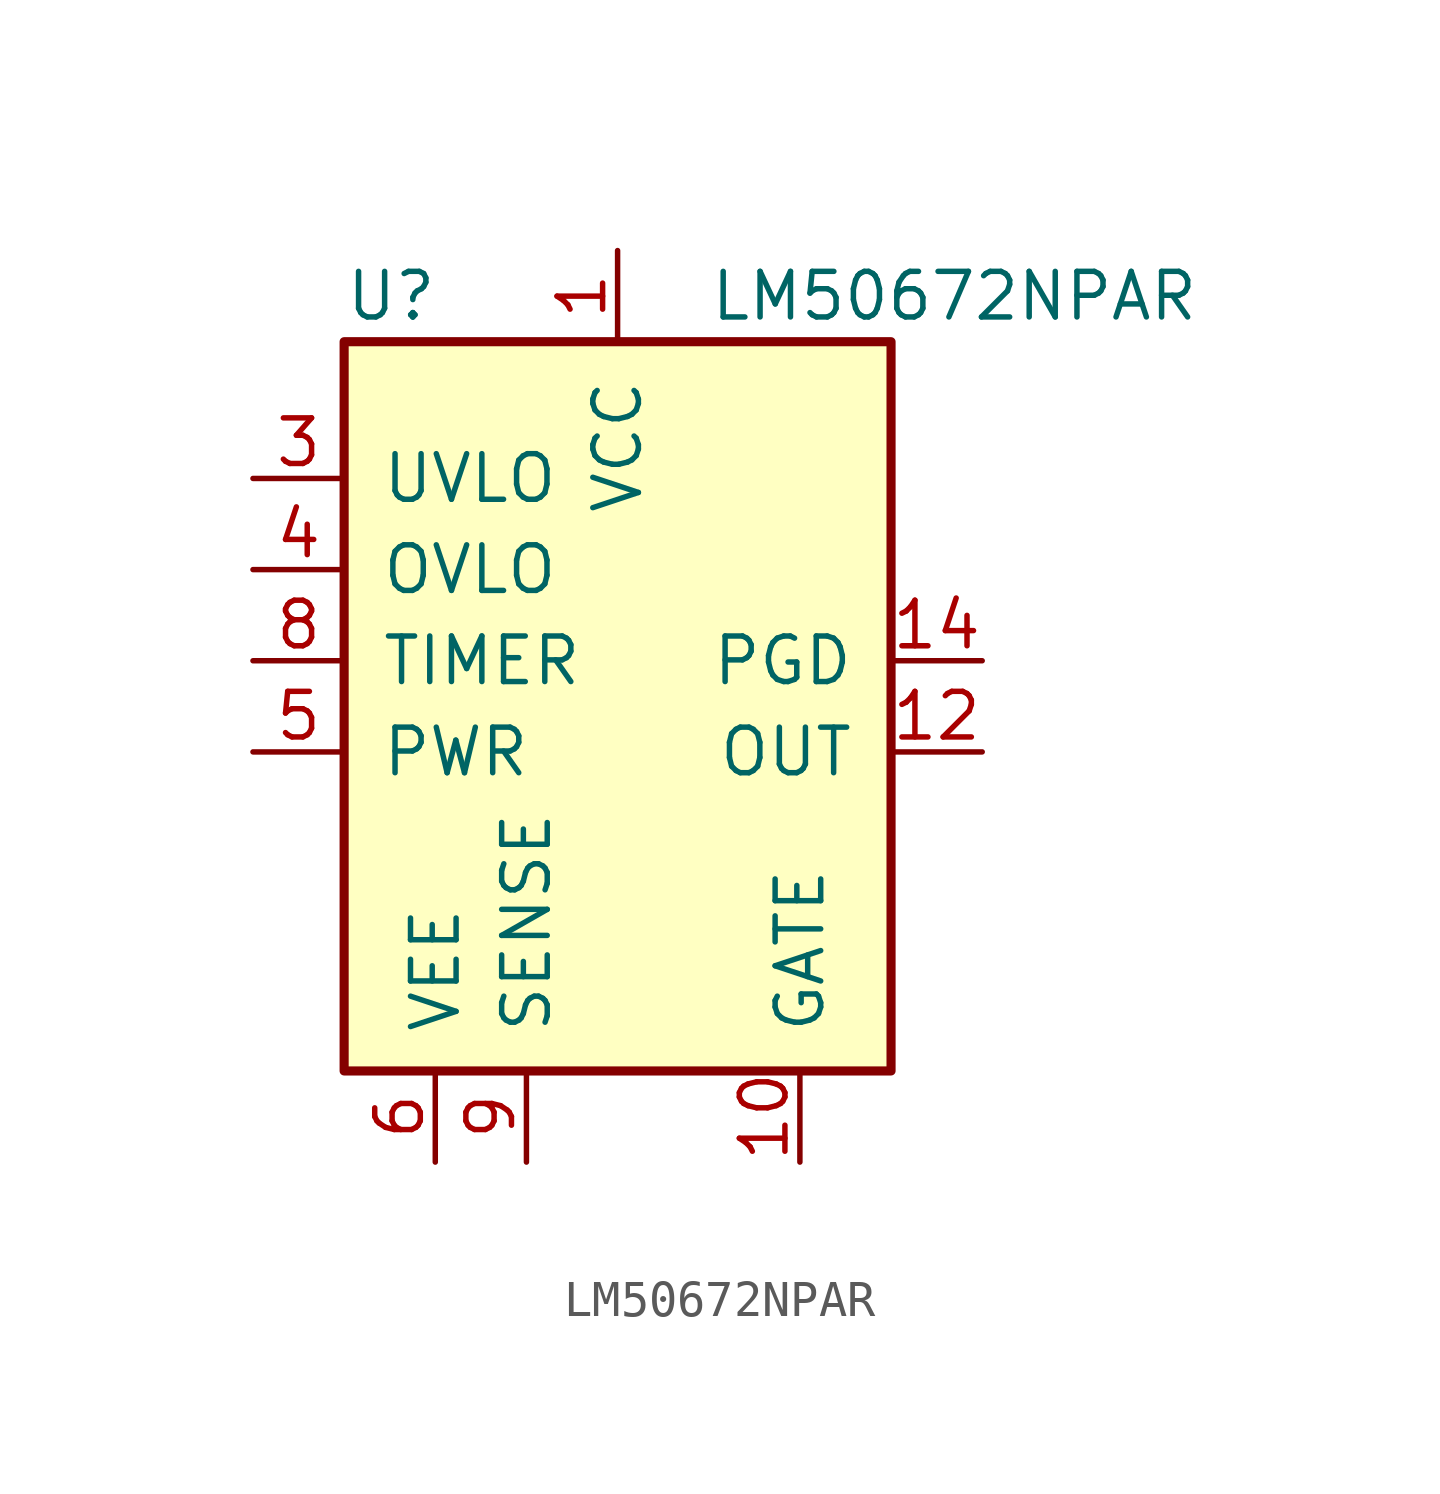
<source format=kicad_sym>
(kicad_symbol_lib
  (version 20231120)
  (generator "kicad_symbol_editor")
  (generator_version "8.0")
  (symbol "LM50672NPAR"
    (pin_names
      (offset 1.016))
    (property "Reference" "U"
      (at -7.62 11.43 0)
      (effects (font (size 1.27 1.27)) (justify left)))
    (property "Value" "LM50672NPAR"
      (at 2.54 11.43 0)
      (effects (font (size 1.27 1.27)) (justify left)))
    (symbol "LM50672NPAR_0_1"
      (rectangle (start -7.62 10.16) (end 7.62 -10.16) (stroke (width 0.254) (type default)) (fill (type background))))
    (symbol "LM50672NPAR_1_0"
      (pin power_in line (at -5.08 -12.7 90) (length 2.54) (name "VEE" (effects (font (size 1.27 1.27)))) (number "6" (effects (font (size 1.27 1.27))))))
    (symbol "LM50672NPAR_1_1"
      (pin power_in line (at 0 12.7 270) (length 2.54) (name "VCC" (effects (font (size 1.27 1.27)))) (number "1" (effects (font (size 1.27 1.27)))))
      (pin output line (at 5.08 -12.7 90) (length 2.54) (name "GATE" (effects (font (size 1.27 1.27)))) (number "10" (effects (font (size 1.27 1.27)))))
      (pin input line (at 10.16 -1.27 180) (length 2.54) (name "OUT" (effects (font (size 1.27 1.27)))) (number "12" (effects (font (size 1.27 1.27)))))
      (pin open_collector line (at 10.16 1.27 180) (length 2.54) (name "PGD" (effects (font (size 1.27 1.27)))) (number "14" (effects (font (size 1.27 1.27)))))
      (pin input line (at -10.16 6.35 0) (length 2.54) (name "UVLO" (effects (font (size 1.27 1.27)))) (number "3" (effects (font (size 1.27 1.27)))))
      (pin input line (at -10.16 3.81 0) (length 2.54) (name "OVLO" (effects (font (size 1.27 1.27)))) (number "4" (effects (font (size 1.27 1.27)))))
      (pin input line (at -10.16 -1.27 0) (length 2.54) (name "PWR" (effects (font (size 1.27 1.27)))) (number "5" (effects (font (size 1.27 1.27)))))
      (pin input line (at -10.16 1.27 0) (length 2.54) (name "TIMER" (effects (font (size 1.27 1.27)))) (number "8" (effects (font (size 1.27 1.27)))))
      (pin input line (at -2.54 -12.7 90) (length 2.54) (name "SENSE" (effects (font (size 1.27 1.27)))) (number "9" (effects (font (size 1.27 1.27))))))))
</source>
